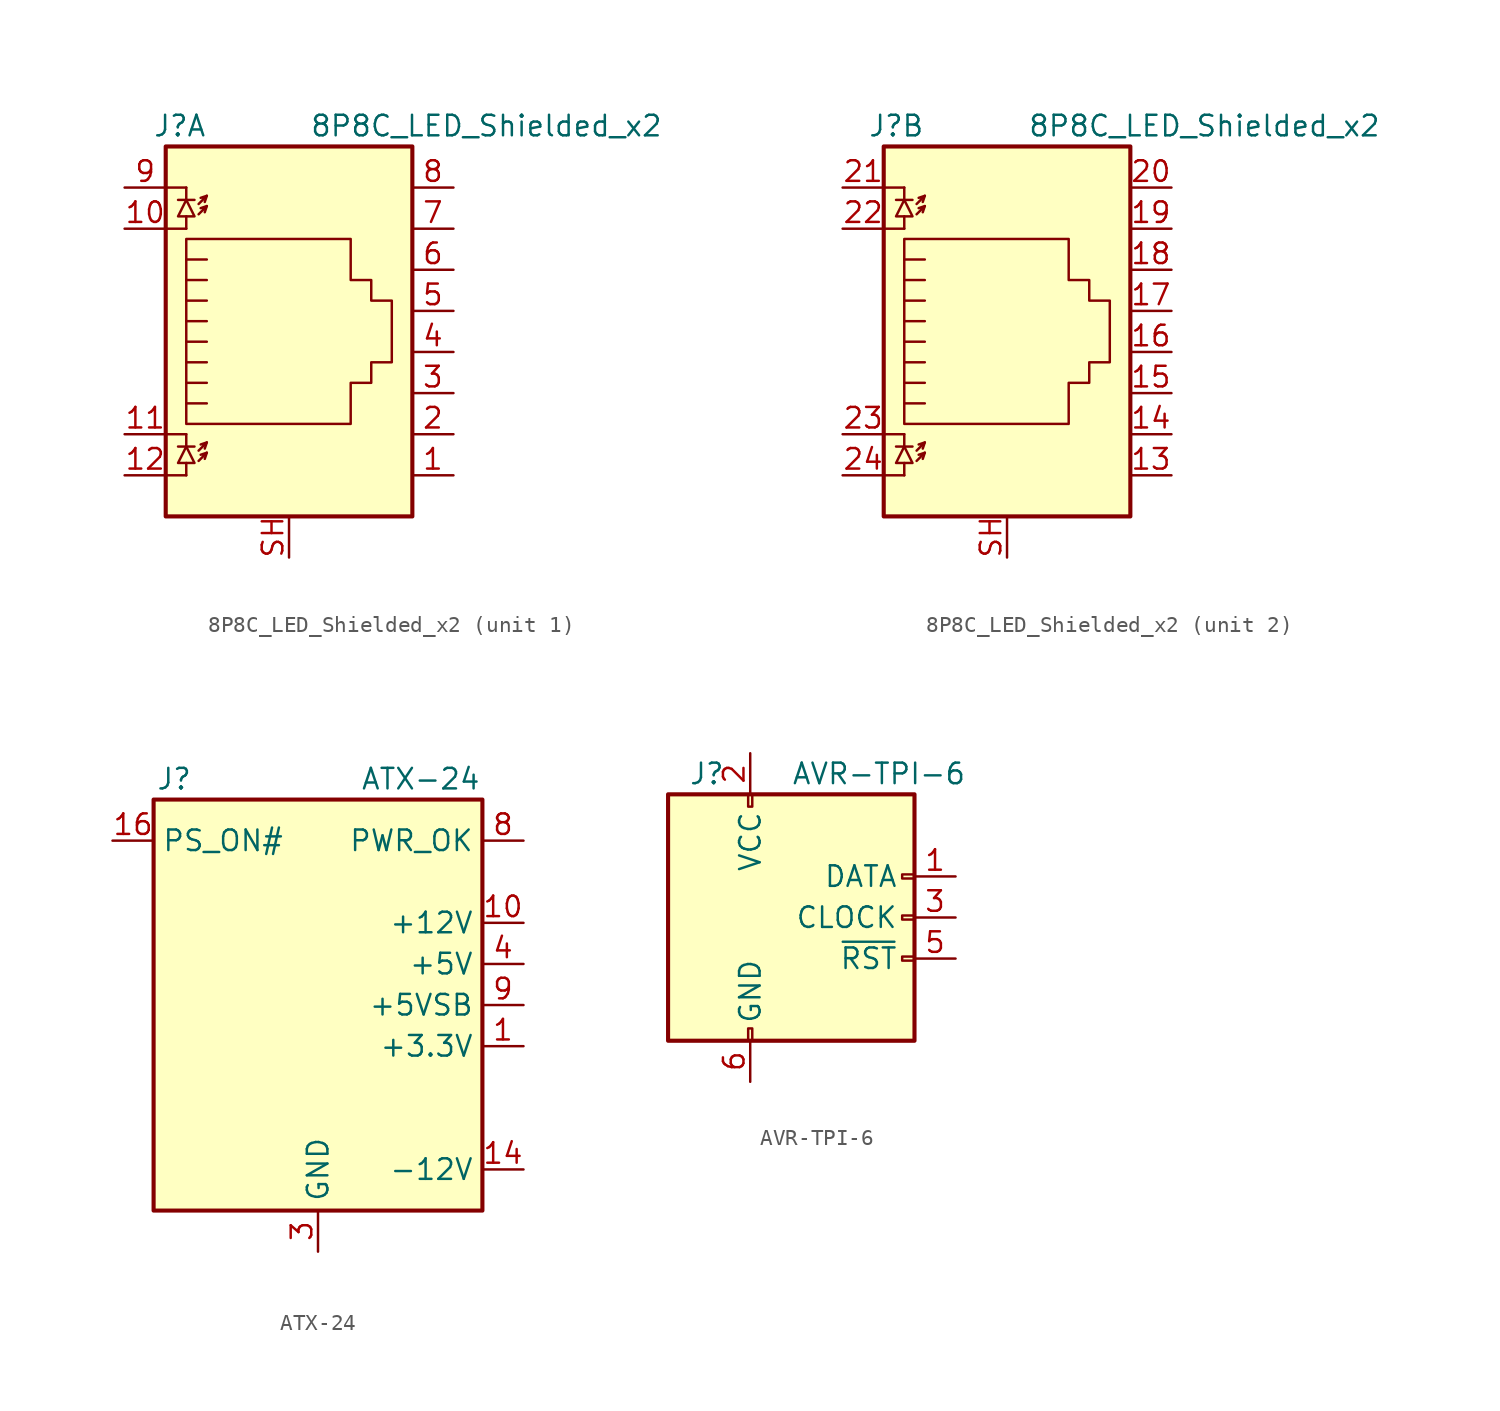
<source format=kicad_sym>
(kicad_symbol_lib
  (version 20241209)
  (generator "kicad_symbol_editor")
  (generator_version "9.0")
  (symbol "8P8C_LED_Shielded_x2"
    (property "Reference" "J"
      (at -5.08 13.97 0)
      (effects (font (size 1.27 1.27)) (justify right)))
    (property "Value" "8P8C_LED_Shielded_x2"
      (at 1.27 13.97 0)
      (effects (font (size 1.27 1.27)) (justify left)))
    (symbol "8P8C_LED_Shielded_x2_0_1"
      (polyline (pts (xy -7.62 10.16) (xy -6.35 10.16)) (stroke (width 0) (type default)) (fill (type none)))
      (polyline (pts (xy -7.62 7.62) (xy -6.35 7.62)) (stroke (width 0) (type default)) (fill (type none)))
      (polyline (pts (xy -7.62 -5.08) (xy -6.35 -5.08)) (stroke (width 0) (type default)) (fill (type none)))
      (polyline (pts (xy -7.62 -7.62) (xy -6.35 -7.62)) (stroke (width 0) (type default)) (fill (type none)))
      (polyline (pts (xy -6.858 9.398) (xy -5.842 9.398)) (stroke (width 0) (type default)) (fill (type none)))
      (polyline (pts (xy -6.858 -5.842) (xy -5.842 -5.842)) (stroke (width 0) (type default)) (fill (type none)))
      (polyline (pts (xy -6.35 10.16) (xy -6.35 9.398)) (stroke (width 0) (type default)) (fill (type none)))
      (polyline (pts (xy -6.35 9.398) (xy -6.858 8.382) (xy -5.842 8.382) (xy -6.35 9.398)) (stroke (width 0) (type default)) (fill (type none)))
      (polyline (pts (xy -6.35 7.62) (xy -6.35 8.382)) (stroke (width 0) (type default)) (fill (type none)))
      (polyline (pts (xy -6.35 1.905) (xy -5.08 1.905) (xy -5.08 1.905)) (stroke (width 0) (type default)) (fill (type none)))
      (polyline (pts (xy -6.35 0.635) (xy -5.08 0.635) (xy -5.08 0.635)) (stroke (width 0) (type default)) (fill (type none)))
      (polyline (pts (xy -6.35 -0.635) (xy -5.08 -0.635) (xy -5.08 -0.635)) (stroke (width 0) (type default)) (fill (type none)))
      (polyline (pts (xy -6.35 -1.905) (xy -5.08 -1.905) (xy -5.08 -1.905)) (stroke (width 0) (type default)) (fill (type none)))
      (polyline (pts (xy -6.35 -3.175) (xy -5.08 -3.175) (xy -5.08 -3.175)) (stroke (width 0) (type default)) (fill (type none)))
      (polyline (pts (xy -6.35 -4.445) (xy -6.35 6.985) (xy 3.81 6.985) (xy 3.81 4.445) (xy 5.08 4.445) (xy 5.08 3.175) (xy 6.35 3.175) (xy 6.35 -0.635) (xy 5.08 -0.635) (xy 5.08 -1.905) (xy 3.81 -1.905) (xy 3.81 -4.445) (xy -6.35 -4.445) (xy -6.35 -4.445)) (stroke (width 0) (type default)) (fill (type none)))
      (polyline (pts (xy -6.35 -5.08) (xy -6.35 -5.842)) (stroke (width 0) (type default)) (fill (type none)))
      (polyline (pts (xy -6.35 -5.842) (xy -6.858 -6.858) (xy -5.842 -6.858) (xy -6.35 -5.842)) (stroke (width 0) (type default)) (fill (type none)))
      (polyline (pts (xy -6.35 -7.62) (xy -6.35 -6.858)) (stroke (width 0) (type default)) (fill (type none)))
      (polyline (pts (xy -5.588 9.144) (xy -5.08 9.652) (xy -5.461 9.525)) (stroke (width 0) (type default)) (fill (type none)))
      (polyline (pts (xy -5.588 8.509) (xy -5.08 9.017) (xy -5.461 8.89)) (stroke (width 0) (type default)) (fill (type none)))
      (polyline (pts (xy -5.588 -6.096) (xy -5.08 -5.588) (xy -5.461 -5.715)) (stroke (width 0) (type default)) (fill (type none)))
      (polyline (pts (xy -5.588 -6.731) (xy -5.08 -6.223) (xy -5.461 -6.35)) (stroke (width 0) (type default)) (fill (type none)))
      (polyline (pts (xy -5.08 9.652) (xy -5.207 9.271)) (stroke (width 0) (type default)) (fill (type none)))
      (polyline (pts (xy -5.08 9.017) (xy -5.207 8.636)) (stroke (width 0) (type default)) (fill (type none)))
      (polyline (pts (xy -5.08 5.715) (xy -6.35 5.715)) (stroke (width 0) (type default)) (fill (type none)))
      (polyline (pts (xy -5.08 4.445) (xy -6.35 4.445)) (stroke (width 0) (type default)) (fill (type none)))
      (polyline (pts (xy -5.08 3.175) (xy -6.35 3.175) (xy -6.35 3.175)) (stroke (width 0) (type default)) (fill (type none)))
      (polyline (pts (xy -5.08 -5.588) (xy -5.207 -5.969)) (stroke (width 0) (type default)) (fill (type none)))
      (polyline (pts (xy -5.08 -6.223) (xy -5.207 -6.604)) (stroke (width 0) (type default)) (fill (type none)))
      (rectangle (start 7.62 12.7) (end -7.62 -10.16) (stroke (width 0.254) (type default)) (fill (type background))))
    (symbol "8P8C_LED_Shielded_x2_1_1"
      (pin passive line (at -10.16 10.16 0) (length 2.54) (name "~" (effects (font (size 1.27 1.27)))) (number "9" (effects (font (size 1.27 1.27)))))
      (pin passive line (at -10.16 7.62 0) (length 2.54) (name "~" (effects (font (size 1.27 1.27)))) (number "10" (effects (font (size 1.27 1.27)))))
      (pin passive line (at -10.16 -5.08 0) (length 2.54) (name "~" (effects (font (size 1.27 1.27)))) (number "11" (effects (font (size 1.27 1.27)))))
      (pin passive line (at -10.16 -7.62 0) (length 2.54) (name "~" (effects (font (size 1.27 1.27)))) (number "12" (effects (font (size 1.27 1.27)))))
      (pin passive line (at 0 -12.7 90) (length 2.54) (name "~" (effects (font (size 1.27 1.27)))) (number "SH" (effects (font (size 1.27 1.27)))))
      (pin passive line (at 10.16 10.16 180) (length 2.54) (name "~" (effects (font (size 1.27 1.27)))) (number "8" (effects (font (size 1.27 1.27)))))
      (pin passive line (at 10.16 7.62 180) (length 2.54) (name "~" (effects (font (size 1.27 1.27)))) (number "7" (effects (font (size 1.27 1.27)))))
      (pin passive line (at 10.16 5.08 180) (length 2.54) (name "~" (effects (font (size 1.27 1.27)))) (number "6" (effects (font (size 1.27 1.27)))))
      (pin passive line (at 10.16 2.54 180) (length 2.54) (name "~" (effects (font (size 1.27 1.27)))) (number "5" (effects (font (size 1.27 1.27)))))
      (pin passive line (at 10.16 0 180) (length 2.54) (name "~" (effects (font (size 1.27 1.27)))) (number "4" (effects (font (size 1.27 1.27)))))
      (pin passive line (at 10.16 -2.54 180) (length 2.54) (name "~" (effects (font (size 1.27 1.27)))) (number "3" (effects (font (size 1.27 1.27)))))
      (pin passive line (at 10.16 -5.08 180) (length 2.54) (name "~" (effects (font (size 1.27 1.27)))) (number "2" (effects (font (size 1.27 1.27)))))
      (pin passive line (at 10.16 -7.62 180) (length 2.54) (name "~" (effects (font (size 1.27 1.27)))) (number "1" (effects (font (size 1.27 1.27))))))
    (symbol "8P8C_LED_Shielded_x2_2_1"
      (pin passive line (at -10.16 10.16 0) (length 2.54) (name "~" (effects (font (size 1.27 1.27)))) (number "21" (effects (font (size 1.27 1.27)))))
      (pin passive line (at -10.16 7.62 0) (length 2.54) (name "~" (effects (font (size 1.27 1.27)))) (number "22" (effects (font (size 1.27 1.27)))))
      (pin passive line (at -10.16 -5.08 0) (length 2.54) (name "~" (effects (font (size 1.27 1.27)))) (number "23" (effects (font (size 1.27 1.27)))))
      (pin passive line (at -10.16 -7.62 0) (length 2.54) (name "~" (effects (font (size 1.27 1.27)))) (number "24" (effects (font (size 1.27 1.27)))))
      (pin passive line (at 0 -12.7 90) (length 2.54) (name "~" (effects (font (size 1.27 1.27)))) (number "SH" (effects (font (size 1.27 1.27)))))
      (pin passive line (at 10.16 10.16 180) (length 2.54) (name "~" (effects (font (size 1.27 1.27)))) (number "20" (effects (font (size 1.27 1.27)))))
      (pin passive line (at 10.16 7.62 180) (length 2.54) (name "~" (effects (font (size 1.27 1.27)))) (number "19" (effects (font (size 1.27 1.27)))))
      (pin passive line (at 10.16 5.08 180) (length 2.54) (name "~" (effects (font (size 1.27 1.27)))) (number "18" (effects (font (size 1.27 1.27)))))
      (pin passive line (at 10.16 2.54 180) (length 2.54) (name "~" (effects (font (size 1.27 1.27)))) (number "17" (effects (font (size 1.27 1.27)))))
      (pin passive line (at 10.16 0 180) (length 2.54) (name "~" (effects (font (size 1.27 1.27)))) (number "16" (effects (font (size 1.27 1.27)))))
      (pin passive line (at 10.16 -2.54 180) (length 2.54) (name "~" (effects (font (size 1.27 1.27)))) (number "15" (effects (font (size 1.27 1.27)))))
      (pin passive line (at 10.16 -5.08 180) (length 2.54) (name "~" (effects (font (size 1.27 1.27)))) (number "14" (effects (font (size 1.27 1.27)))))
      (pin passive line (at 10.16 -7.62 180) (length 2.54) (name "~" (effects (font (size 1.27 1.27)))) (number "13" (effects (font (size 1.27 1.27)))))))
  (symbol "ATX-24"
    (property "Reference" "J"
      (at -8.89 13.97 0)
      (effects (font (size 1.27 1.27))))
    (property "Value" "ATX-24"
      (at 6.35 13.97 0)
      (effects (font (size 1.27 1.27))))
    (symbol "ATX-24_0_1"
      (rectangle (start -10.16 12.7) (end 10.16 -12.7) (stroke (width 0.254) (type default)) (fill (type background))))
    (symbol "ATX-24_1_1"
      (pin open_collector line (at -12.7 10.16 0) (length 2.54) (name "PS_ON#" (effects (font (size 1.27 1.27)))) (number "16" (effects (font (size 1.27 1.27)))))
      (pin no_connect line (at -10.16 0 0) (length 2.54) (hide yes) (name "NC" (effects (font (size 1.27 1.27)))) (number "20" (effects (font (size 1.27 1.27)))))
      (pin passive line (at 0 -15.24 90) (length 2.54) (hide yes) (name "GND" (effects (font (size 1.27 1.27)))) (number "15" (effects (font (size 1.27 1.27)))))
      (pin passive line (at 0 -15.24 90) (length 2.54) (hide yes) (name "GND" (effects (font (size 1.27 1.27)))) (number "17" (effects (font (size 1.27 1.27)))))
      (pin passive line (at 0 -15.24 90) (length 2.54) (hide yes) (name "GND" (effects (font (size 1.27 1.27)))) (number "18" (effects (font (size 1.27 1.27)))))
      (pin passive line (at 0 -15.24 90) (length 2.54) (hide yes) (name "GND" (effects (font (size 1.27 1.27)))) (number "19" (effects (font (size 1.27 1.27)))))
      (pin passive line (at 0 -15.24 90) (length 2.54) (hide yes) (name "GND" (effects (font (size 1.27 1.27)))) (number "24" (effects (font (size 1.27 1.27)))))
      (pin power_out line (at 0 -15.24 90) (length 2.54) (name "GND" (effects (font (size 1.27 1.27)))) (number "3" (effects (font (size 1.27 1.27)))))
      (pin passive line (at 0 -15.24 90) (length 2.54) (hide yes) (name "GND" (effects (font (size 1.27 1.27)))) (number "5" (effects (font (size 1.27 1.27)))))
      (pin passive line (at 0 -15.24 90) (length 2.54) (hide yes) (name "GND" (effects (font (size 1.27 1.27)))) (number "7" (effects (font (size 1.27 1.27)))))
      (pin output line (at 12.7 10.16 180) (length 2.54) (name "PWR_OK" (effects (font (size 1.27 1.27)))) (number "8" (effects (font (size 1.27 1.27)))))
      (pin power_out line (at 12.7 5.08 180) (length 2.54) (name "+12V" (effects (font (size 1.27 1.27)))) (number "10" (effects (font (size 1.27 1.27)))))
      (pin passive line (at 12.7 5.08 180) (length 2.54) (hide yes) (name "+12V" (effects (font (size 1.27 1.27)))) (number "11" (effects (font (size 1.27 1.27)))))
      (pin passive line (at 12.7 2.54 180) (length 2.54) (hide yes) (name "+5V" (effects (font (size 1.27 1.27)))) (number "21" (effects (font (size 1.27 1.27)))))
      (pin passive line (at 12.7 2.54 180) (length 2.54) (hide yes) (name "+5V" (effects (font (size 1.27 1.27)))) (number "22" (effects (font (size 1.27 1.27)))))
      (pin passive line (at 12.7 2.54 180) (length 2.54) (hide yes) (name "+5V" (effects (font (size 1.27 1.27)))) (number "23" (effects (font (size 1.27 1.27)))))
      (pin power_out line (at 12.7 2.54 180) (length 2.54) (name "+5V" (effects (font (size 1.27 1.27)))) (number "4" (effects (font (size 1.27 1.27)))))
      (pin passive line (at 12.7 2.54 180) (length 2.54) (hide yes) (name "+5V" (effects (font (size 1.27 1.27)))) (number "6" (effects (font (size 1.27 1.27)))))
      (pin power_out line (at 12.7 0 180) (length 2.54) (name "+5VSB" (effects (font (size 1.27 1.27)))) (number "9" (effects (font (size 1.27 1.27)))))
      (pin power_out line (at 12.7 -2.54 180) (length 2.54) (name "+3.3V" (effects (font (size 1.27 1.27)))) (number "1" (effects (font (size 1.27 1.27)))))
      (pin passive line (at 12.7 -2.54 180) (length 2.54) (hide yes) (name "+3.3V" (effects (font (size 1.27 1.27)))) (number "12" (effects (font (size 1.27 1.27)))))
      (pin passive line (at 12.7 -2.54 180) (length 2.54) (hide yes) (name "+3.3V" (effects (font (size 1.27 1.27)))) (number "13" (effects (font (size 1.27 1.27)))))
      (pin passive line (at 12.7 -2.54 180) (length 2.54) (hide yes) (name "+3.3V" (effects (font (size 1.27 1.27)))) (number "2" (effects (font (size 1.27 1.27)))))
      (pin power_out line (at 12.7 -10.16 180) (length 2.54) (name "-12V" (effects (font (size 1.27 1.27)))) (number "14" (effects (font (size 1.27 1.27)))))))
  (symbol "AVR-TPI-6"
    (pin_names
      (offset 1.016))
    (property "Reference" "J"
      (at -6.35 8.89 0)
      (effects (font (size 1.27 1.27)) (justify left)))
    (property "Value" "AVR-TPI-6"
      (at 0 8.89 0)
      (effects (font (size 1.27 1.27)) (justify left)))
    (symbol "AVR-TPI-6_0_1"
      (rectangle (start -2.667 7.62) (end -2.413 6.858) (stroke (width 0) (type default)) (fill (type none)))
      (rectangle (start -2.667 -6.858) (end -2.413 -7.62) (stroke (width 0) (type default)) (fill (type none)))
      (rectangle (start 7.62 7.62) (end -7.62 -7.62) (stroke (width 0.254) (type default)) (fill (type background)))
      (rectangle (start 7.62 2.667) (end 6.858 2.413) (stroke (width 0) (type default)) (fill (type none)))
      (rectangle (start 7.62 0.127) (end 6.858 -0.127) (stroke (width 0) (type default)) (fill (type none)))
      (rectangle (start 7.62 -2.413) (end 6.858 -2.667) (stroke (width 0) (type default)) (fill (type none))))
    (symbol "AVR-TPI-6_1_1"
      (pin passive line (at -2.54 10.16 270) (length 2.54) (name "VCC" (effects (font (size 1.27 1.27)))) (number "2" (effects (font (size 1.27 1.27)))))
      (pin passive line (at -2.54 -10.16 90) (length 2.54) (name "GND" (effects (font (size 1.27 1.27)))) (number "6" (effects (font (size 1.27 1.27)))))
      (pin no_connect line (at 7.62 -5.08 180) (length 2.54) (hide yes) (name "NC" (effects (font (size 1.27 1.27)))) (number "4" (effects (font (size 1.27 1.27)))))
      (pin passive line (at 10.16 2.54 180) (length 2.54) (name "DATA" (effects (font (size 1.27 1.27)))) (number "1" (effects (font (size 1.27 1.27)))))
      (pin passive line (at 10.16 0 180) (length 2.54) (name "CLOCK" (effects (font (size 1.27 1.27)))) (number "3" (effects (font (size 1.27 1.27)))))
      (pin passive line (at 10.16 -2.54 180) (length 2.54) (name "~{RST}" (effects (font (size 1.27 1.27)))) (number "5" (effects (font (size 1.27 1.27))))))))
</source>
